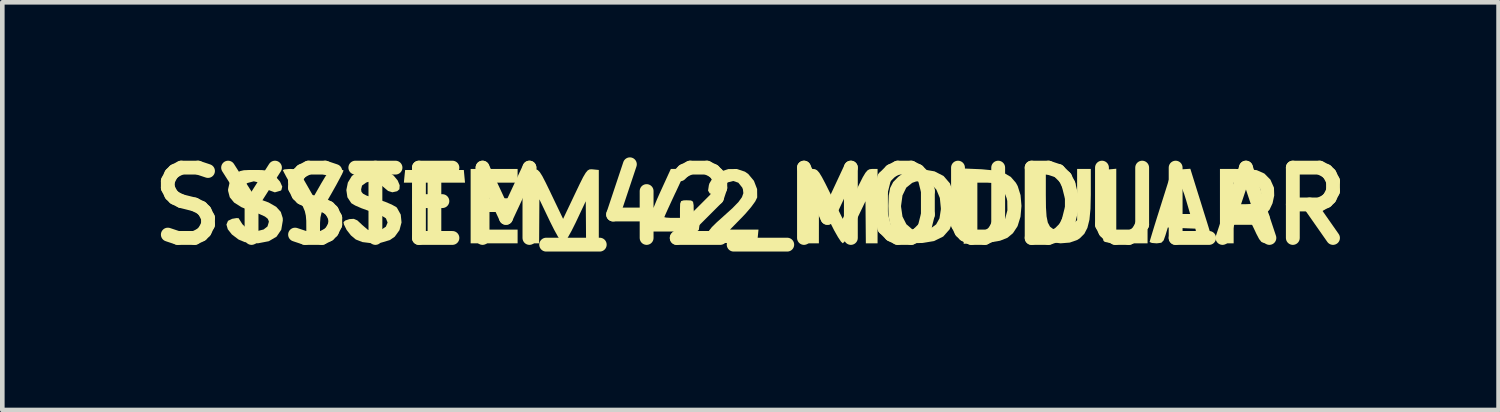
<source format=kicad_pcb>
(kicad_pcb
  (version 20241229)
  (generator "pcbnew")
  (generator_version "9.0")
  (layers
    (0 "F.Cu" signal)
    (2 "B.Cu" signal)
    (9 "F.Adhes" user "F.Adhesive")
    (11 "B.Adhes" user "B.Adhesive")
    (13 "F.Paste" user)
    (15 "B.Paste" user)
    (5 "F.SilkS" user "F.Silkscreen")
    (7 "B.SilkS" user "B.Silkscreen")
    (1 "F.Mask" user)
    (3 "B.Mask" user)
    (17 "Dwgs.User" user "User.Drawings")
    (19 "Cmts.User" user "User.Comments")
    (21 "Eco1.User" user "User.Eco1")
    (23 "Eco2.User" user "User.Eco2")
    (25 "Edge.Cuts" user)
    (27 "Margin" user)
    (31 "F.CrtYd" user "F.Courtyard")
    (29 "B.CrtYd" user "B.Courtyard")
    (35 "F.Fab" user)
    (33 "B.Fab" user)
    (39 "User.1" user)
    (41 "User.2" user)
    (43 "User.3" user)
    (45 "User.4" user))
  (footprint "SYSTEM_42_MOUDULAR"
    (layer "F.Cu")
    (at 13.215 1.418)
    (property "Reference" "SYSTEM_42_MOUDULAR" (at 0 0 0) (layer "F.SilkS") (effects (font (size 1.524 1.524) (thickness 0.3))))
    (attr board_only exclude_from_pos_files exclude_from_bom)
    (fp_poly (pts (xy -6.186 -0.509) (xy -6.7 -0.509) (xy -6.7 0.806) (xy -6.997 0.806) (xy -6.997 -0.509) (xy -7.511 -0.509) (xy -7.498 -0.647) (xy -7.484 -0.784) (xy -6.212 -0.784)) (stroke (width 0) (type solid)) (fill yes) (layer "F.SilkS"))
    (fp_poly (pts (xy -5.046 -0.509) (xy -5.767 -0.509) (xy -5.767 -0.17) (xy -5.173 -0.17) (xy -5.173 0.127) (xy -5.767 0.127) (xy -5.767 0.509) (xy -5.046 0.509) (xy -5.046 0.806) (xy -6.064 0.806) (xy -6.064 -0.806) (xy -5.046 -0.806)) (stroke (width 0) (type solid)) (fill yes) (layer "F.SilkS"))
    (fp_poly (pts (xy 7.93 0.509) (xy 8.608 0.509) (xy 8.608 0.806) (xy 8.14 0.806) (xy 7.915 0.803) (xy 7.765 0.792) (xy 7.68 0.774) (xy 7.652 0.751) (xy 7.645 0.693) (xy 7.641 0.564) (xy 7.639 0.381) (xy 7.64 0.158) (xy 7.642 -0.044) (xy 7.654 -0.784) (xy 7.792 -0.798) (xy 7.93 -0.811)) (stroke (width 0) (type solid)) (fill yes) (layer "F.SilkS"))
    (fp_poly (pts (xy 6.403 -0.238) (xy 6.406 0.028) (xy 6.419 0.222) (xy 6.446 0.356) (xy 6.493 0.444) (xy 6.562 0.497) (xy 6.66 0.529) (xy 6.688 0.535) (xy 6.788 0.541) (xy 6.872 0.504) (xy 6.953 0.432) (xy 7.081 0.303) (xy 7.081 -0.806) (xy 7.378 -0.806) (xy 7.378 -0.247) (xy 7.371 0.06) (xy 7.348 0.295) (xy 7.304 0.471) (xy 7.237 0.6) (xy 7.141 0.696) (xy 7.086 0.732) (xy 6.922 0.79) (xy 6.722 0.806) (xy 6.522 0.78) (xy 6.369 0.72) (xy 6.273 0.648) (xy 6.202 0.557) (xy 6.154 0.435) (xy 6.125 0.268) (xy 6.11 0.042) (xy 6.106 -0.232) (xy 6.106 -0.806) (xy 6.403 -0.806)) (stroke (width 0) (type solid)) (fill yes) (layer "F.SilkS"))
    (fp_poly (pts (xy 1.4 -0.801) (xy 1.444 -0.778) (xy 1.491 -0.726) (xy 1.549 -0.632) (xy 1.626 -0.486) (xy 1.731 -0.275) (xy 1.735 -0.266) (xy 2 0.275) (xy 2.257 -0.266) (xy 2.361 -0.479) (xy 2.436 -0.628) (xy 2.493 -0.723) (xy 2.54 -0.777) (xy 2.583 -0.8) (xy 2.633 -0.806) (xy 2.636 -0.806) (xy 2.756 -0.806) (xy 2.756 0.806) (xy 2.502 0.806) (xy 2.494 -0.106) (xy 2.275 0.35) (xy 2.186 0.527) (xy 2.104 0.672) (xy 2.04 0.77) (xy 2.001 0.805) (xy 1.963 0.769) (xy 1.898 0.671) (xy 1.815 0.525) (xy 1.724 0.345) (xy 1.715 0.329) (xy 1.485 -0.148) (xy 1.484 0.806) (xy 1.23 0.806) (xy 1.23 -0.806) (xy 1.35 -0.806)) (stroke (width 0) (type solid)) (fill yes) (layer "F.SilkS"))
    (fp_poly (pts (xy 5.016 -0.799) (xy 5.288 -0.773) (xy 5.493 -0.721) (xy 5.643 -0.634) (xy 5.754 -0.506) (xy 5.794 -0.434) (xy 5.855 -0.238) (xy 5.875 -0.005) (xy 5.854 0.23) (xy 5.792 0.43) (xy 5.784 0.445) (xy 5.69 0.587) (xy 5.571 0.686) (xy 5.41 0.75) (xy 5.192 0.787) (xy 5.016 0.799) (xy 4.622 0.816) (xy 4.622 0.509) (xy 4.919 0.509) (xy 5.131 0.509) (xy 5.293 0.495) (xy 5.4 0.449) (xy 5.425 0.426) (xy 5.52 0.279) (xy 5.57 0.089) (xy 5.567 -0.111) (xy 5.554 -0.172) (xy 5.485 -0.349) (xy 5.385 -0.455) (xy 5.236 -0.503) (xy 5.131 -0.509) (xy 4.919 -0.509) (xy 4.919 0.509) (xy 4.622 0.509) (xy 4.622 -0.816)) (stroke (width 0) (type solid)) (fill yes) (layer "F.SilkS"))
    (fp_poly (pts (xy -4.653 -0.802) (xy -4.609 -0.782) (xy -4.564 -0.736) (xy -4.51 -0.65) (xy -4.439 -0.513) (xy -4.342 -0.314) (xy -4.319 -0.265) (xy -4.06 0.276) (xy -3.802 -0.267) (xy -3.7 -0.481) (xy -3.626 -0.629) (xy -3.57 -0.723) (xy -3.526 -0.775) (xy -3.484 -0.797) (xy -3.437 -0.799) (xy -3.415 -0.797) (xy -3.286 -0.784) (xy -3.286 0.784) (xy -3.424 0.798) (xy -3.562 0.811) (xy -3.565 0.353) (xy -3.569 -0.106) (xy -3.784 0.35) (xy -3.877 0.536) (xy -3.959 0.683) (xy -4.024 0.777) (xy -4.059 0.806) (xy -4.1 0.769) (xy -4.168 0.668) (xy -4.253 0.514) (xy -4.346 0.329) (xy -4.574 -0.148) (xy -4.577 0.329) (xy -4.58 0.806) (xy -4.834 0.806) (xy -4.834 -0.806) (xy -4.706 -0.806)) (stroke (width 0) (type solid)) (fill yes) (layer "F.SilkS"))
    (fp_poly (pts (xy -0.119 -0.747) (xy -0.048 -0.698) (xy 0.076 -0.549) (xy 0.145 -0.37) (xy 0.147 -0.192) (xy 0.145 -0.184) (xy 0.104 -0.101) (xy 0.016 0.02) (xy -0.102 0.158) (xy -0.163 0.223) (xy -0.443 0.509) (xy 0.175 0.509) (xy 0.148 0.784) (xy -0.933 0.808) (xy -0.933 0.668) (xy -0.926 0.599) (xy -0.897 0.532) (xy -0.835 0.454) (xy -0.729 0.35) (xy -0.575 0.212) (xy -0.386 0.041) (xy -0.258 -0.091) (xy -0.183 -0.195) (xy -0.153 -0.281) (xy -0.162 -0.362) (xy -0.177 -0.402) (xy -0.262 -0.508) (xy -0.373 -0.545) (xy -0.491 -0.515) (xy -0.593 -0.418) (xy -0.616 -0.379) (xy -0.698 -0.279) (xy -0.783 -0.254) (xy -0.88 -0.273) (xy -0.918 -0.337) (xy -0.9 -0.456) (xy -0.889 -0.492) (xy -0.799 -0.641) (xy -0.655 -0.747) (xy -0.479 -0.803) (xy -0.293 -0.805)) (stroke (width 0) (type solid)) (fill yes) (layer "F.SilkS"))
    (fp_poly (pts (xy -9.892 -0.802) (xy -9.832 -0.78) (xy -9.776 -0.725) (xy -9.709 -0.622) (xy -9.64 -0.504) (xy -9.468 -0.203) (xy -9.302 -0.494) (xy -9.214 -0.641) (xy -9.149 -0.729) (xy -9.089 -0.774) (xy -9.018 -0.793) (xy -8.977 -0.798) (xy -8.876 -0.796) (xy -8.823 -0.777) (xy -8.82 -0.77) (xy -8.84 -0.719) (xy -8.895 -0.611) (xy -8.975 -0.462) (xy -9.074 -0.286) (xy -9.074 -0.286) (xy -9.182 -0.097) (xy -9.254 0.041) (xy -9.297 0.148) (xy -9.32 0.246) (xy -9.328 0.356) (xy -9.329 0.482) (xy -9.329 0.806) (xy -9.626 0.806) (xy -9.626 0.464) (xy -9.627 0.318) (xy -9.636 0.207) (xy -9.658 0.109) (xy -9.703 0.002) (xy -9.776 -0.135) (xy -9.88 -0.318) (xy -9.979 -0.491) (xy -10.06 -0.636) (xy -10.114 -0.738) (xy -10.135 -0.782) (xy -10.135 -0.782) (xy -10.097 -0.797) (xy -10.004 -0.805) (xy -9.974 -0.806)) (stroke (width 0) (type solid)) (fill yes) (layer "F.SilkS"))
    (fp_poly (pts (xy -1.458 -0.802) (xy -1.402 -0.791) (xy -1.399 -0.788) (xy -1.416 -0.745) (xy -1.463 -0.64) (xy -1.532 -0.489) (xy -1.617 -0.306) (xy -1.633 -0.274) (xy -1.72 -0.087) (xy -1.792 0.07) (xy -1.843 0.183) (xy -1.865 0.236) (xy -1.866 0.239) (xy -1.828 0.248) (xy -1.734 0.254) (xy -1.696 0.254) (xy -1.527 0.254) (xy -1.527 0.064) (xy -1.523 -0.054) (xy -1.502 -0.109) (xy -1.444 -0.126) (xy -1.378 -0.127) (xy -1.287 -0.123) (xy -1.244 -0.096) (xy -1.231 -0.021) (xy -1.23 0.064) (xy -1.221 0.189) (xy -1.193 0.247) (xy -1.166 0.254) (xy -1.119 0.287) (xy -1.103 0.389) (xy -1.103 0.403) (xy -1.118 0.515) (xy -1.163 0.551) (xy -1.213 0.589) (xy -1.238 0.668) (xy -1.262 0.752) (xy -1.328 0.789) (xy -1.389 0.798) (xy -1.483 0.8) (xy -1.52 0.765) (xy -1.527 0.681) (xy -1.527 0.551) (xy -2.205 0.551) (xy -2.205 0.397) (xy -2.184 0.278) (xy -2.124 0.095) (xy -2.027 -0.142) (xy -1.965 -0.282) (xy -1.725 -0.806) (xy -1.562 -0.806)) (stroke (width 0) (type solid)) (fill yes) (layer "F.SilkS"))
    (fp_poly (pts (xy 3.733 -0.798) (xy 3.99 -0.754) (xy 4.186 -0.654) (xy 4.324 -0.494) (xy 4.404 -0.272) (xy 4.429 0) (xy 4.402 0.283) (xy 4.319 0.501) (xy 4.179 0.659) (xy 3.98 0.757) (xy 3.733 0.798) (xy 3.568 0.802) (xy 3.455 0.787) (xy 3.362 0.746) (xy 3.311 0.714) (xy 3.166 0.602) (xy 3.072 0.489) (xy 3.017 0.352) (xy 2.993 0.17) (xy 2.99 0.011) (xy 3.265 0.011) (xy 3.296 0.226) (xy 3.38 0.392) (xy 3.506 0.501) (xy 3.664 0.544) (xy 3.842 0.514) (xy 3.902 0.487) (xy 4.026 0.395) (xy 4.098 0.265) (xy 4.127 0.077) (xy 4.128 0.048) (xy 4.106 -0.177) (xy 4.032 -0.356) (xy 3.914 -0.482) (xy 3.764 -0.544) (xy 3.591 -0.535) (xy 3.507 -0.505) (xy 3.378 -0.401) (xy 3.296 -0.232) (xy 3.265 -0.006) (xy 3.265 0.011) (xy 2.99 0.011) (xy 2.989 0) (xy 2.998 -0.228) (xy 3.029 -0.395) (xy 3.094 -0.522) (xy 3.202 -0.633) (xy 3.311 -0.714) (xy 3.407 -0.77) (xy 3.506 -0.797) (xy 3.64 -0.802)) (stroke (width 0) (type solid)) (fill yes) (layer "F.SilkS"))
    (fp_poly (pts (xy 9.684 -0.331) (xy 9.754 -0.108) (xy 9.824 0.118) (xy 9.886 0.315) (xy 9.92 0.424) (xy 9.974 0.601) (xy 9.998 0.713) (xy 9.992 0.774) (xy 9.952 0.8) (xy 9.876 0.806) (xy 9.863 0.806) (xy 9.767 0.797) (xy 9.716 0.755) (xy 9.684 0.656) (xy 9.681 0.647) (xy 9.644 0.488) (xy 9.047 0.463) (xy 8.995 0.634) (xy 8.956 0.743) (xy 8.907 0.793) (xy 8.823 0.805) (xy 8.797 0.806) (xy 8.701 0.798) (xy 8.654 0.778) (xy 8.653 0.774) (xy 8.666 0.725) (xy 8.701 0.609) (xy 8.753 0.438) (xy 8.819 0.226) (xy 8.847 0.138) (xy 9.16 0.138) (xy 9.197 0.157) (xy 9.293 0.168) (xy 9.345 0.17) (xy 9.531 0.17) (xy 9.444 -0.128) (xy 9.4 -0.268) (xy 9.362 -0.366) (xy 9.337 -0.403) (xy 9.335 -0.402) (xy 9.312 -0.353) (xy 9.274 -0.25) (xy 9.232 -0.121) (xy 9.192 0.006) (xy 9.166 0.103) (xy 9.16 0.138) (xy 8.847 0.138) (xy 8.895 -0.015) (xy 8.897 -0.021) (xy 9.138 -0.784) (xy 9.337 -0.797) (xy 9.535 -0.81)) (stroke (width 0) (type solid)) (fill yes) (layer "F.SilkS"))
    (fp_poly (pts (xy 10.69 -0.802) (xy 10.854 -0.793) (xy 10.968 -0.781) (xy 10.977 -0.779) (xy 11.139 -0.707) (xy 11.27 -0.575) (xy 11.345 -0.407) (xy 11.348 -0.394) (xy 11.353 -0.23) (xy 11.317 -0.062) (xy 11.251 0.078) (xy 11.191 0.142) (xy 11.146 0.177) (xy 11.131 0.216) (xy 11.146 0.278) (xy 11.196 0.385) (xy 11.234 0.461) (xy 11.3 0.597) (xy 11.347 0.706) (xy 11.364 0.762) (xy 11.327 0.791) (xy 11.235 0.805) (xy 11.214 0.806) (xy 11.133 0.801) (xy 11.076 0.776) (xy 11.026 0.713) (xy 10.965 0.597) (xy 10.934 0.53) (xy 10.865 0.387) (xy 10.813 0.305) (xy 10.761 0.266) (xy 10.691 0.255) (xy 10.639 0.254) (xy 10.474 0.254) (xy 10.474 0.806) (xy 10.177 0.806) (xy 10.177 -0.042) (xy 10.474 -0.042) (xy 10.727 -0.042) (xy 10.877 -0.048) (xy 10.965 -0.067) (xy 11.014 -0.108) (xy 11.024 -0.124) (xy 11.072 -0.273) (xy 11.044 -0.39) (xy 10.943 -0.469) (xy 10.774 -0.506) (xy 10.704 -0.509) (xy 10.474 -0.509) (xy 10.474 -0.042) (xy 10.177 -0.042) (xy 10.177 -0.806) (xy 10.511 -0.806)) (stroke (width 0) (type solid)) (fill yes) (layer "F.SilkS"))
    (fp_poly (pts (xy -10.588 -0.782) (xy -10.479 -0.769) (xy -10.402 -0.738) (xy -10.331 -0.683) (xy -10.307 -0.66) (xy -10.195 -0.53) (xy -10.147 -0.423) (xy -10.167 -0.347) (xy -10.183 -0.335) (xy -10.308 -0.299) (xy -10.431 -0.344) (xy -10.493 -0.403) (xy -10.619 -0.504) (xy -10.764 -0.538) (xy -10.903 -0.501) (xy -10.938 -0.477) (xy -11.008 -0.397) (xy -11.007 -0.327) (xy -10.929 -0.261) (xy -10.772 -0.194) (xy -10.685 -0.167) (xy -10.444 -0.08) (xy -10.278 0.015) (xy -10.179 0.125) (xy -10.137 0.258) (xy -10.135 0.312) (xy -10.169 0.512) (xy -10.271 0.662) (xy -10.438 0.76) (xy -10.666 0.804) (xy -10.737 0.806) (xy -10.959 0.78) (xy -11.094 0.724) (xy -11.239 0.614) (xy -11.328 0.501) (xy -11.357 0.399) (xy -11.323 0.318) (xy -11.234 0.275) (xy -11.141 0.259) (xy -11.094 0.26) (xy -11.094 0.261) (xy -11.067 0.303) (xy -11.015 0.386) (xy -11.013 0.39) (xy -10.921 0.48) (xy -10.799 0.528) (xy -10.668 0.535) (xy -10.551 0.506) (xy -10.467 0.44) (xy -10.438 0.342) (xy -10.439 0.326) (xy -10.462 0.273) (xy -10.523 0.225) (xy -10.638 0.173) (xy -10.792 0.118) (xy -11.029 0.024) (xy -11.19 -0.077) (xy -11.285 -0.192) (xy -11.321 -0.33) (xy -11.322 -0.362) (xy -11.287 -0.517) (xy -11.198 -0.646) (xy -11.13 -0.717) (xy -11.066 -0.758) (xy -10.982 -0.778) (xy -10.851 -0.784) (xy -10.756 -0.784)) (stroke (width 0) (type solid)) (fill yes) (layer "F.SilkS"))
    (fp_poly (pts (xy -7.993 -0.788) (xy -7.849 -0.744) (xy -7.731 -0.66) (xy -7.645 -0.556) (xy -7.602 -0.452) (xy -7.608 -0.366) (xy -7.657 -0.323) (xy -7.761 -0.3) (xy -7.853 -0.329) (xy -7.96 -0.419) (xy -7.965 -0.424) (xy -8.076 -0.517) (xy -8.175 -0.547) (xy -8.297 -0.522) (xy -8.33 -0.51) (xy -8.418 -0.446) (xy -8.438 -0.364) (xy -8.431 -0.311) (xy -8.397 -0.27) (xy -8.322 -0.23) (xy -8.189 -0.184) (xy -8.085 -0.152) (xy -7.916 -0.094) (xy -7.772 -0.033) (xy -7.678 0.02) (xy -7.662 0.034) (xy -7.579 0.183) (xy -7.562 0.353) (xy -7.607 0.521) (xy -7.709 0.662) (xy -7.814 0.735) (xy -7.998 0.79) (xy -8.208 0.804) (xy -8.41 0.779) (xy -8.553 0.723) (xy -8.659 0.634) (xy -8.752 0.515) (xy -8.81 0.398) (xy -8.82 0.347) (xy -8.783 0.312) (xy -8.694 0.282) (xy -8.69 0.281) (xy -8.598 0.275) (xy -8.521 0.308) (xy -8.427 0.395) (xy -8.42 0.403) (xy -8.292 0.512) (xy -8.167 0.548) (xy -8.02 0.519) (xy -8.002 0.512) (xy -7.901 0.445) (xy -7.864 0.356) (xy -7.899 0.267) (xy -7.904 0.262) (xy -7.974 0.218) (xy -8.1 0.163) (xy -8.255 0.108) (xy -8.27 0.103) (xy -8.429 0.046) (xy -8.565 -0.013) (xy -8.648 -0.062) (xy -8.651 -0.065) (xy -8.735 -0.192) (xy -8.758 -0.349) (xy -8.725 -0.511) (xy -8.639 -0.653) (xy -8.529 -0.739) (xy -8.375 -0.787) (xy -8.183 -0.803)) (stroke (width 0) (type solid)) (fill yes) (layer "F.SilkS")))
  (gr_rect
    (start -3 -3)
    (end 29.431 5.836)
    (stroke (width 0.1) (type default))
    (fill no)
    (layer "Edge.Cuts")))
</source>
